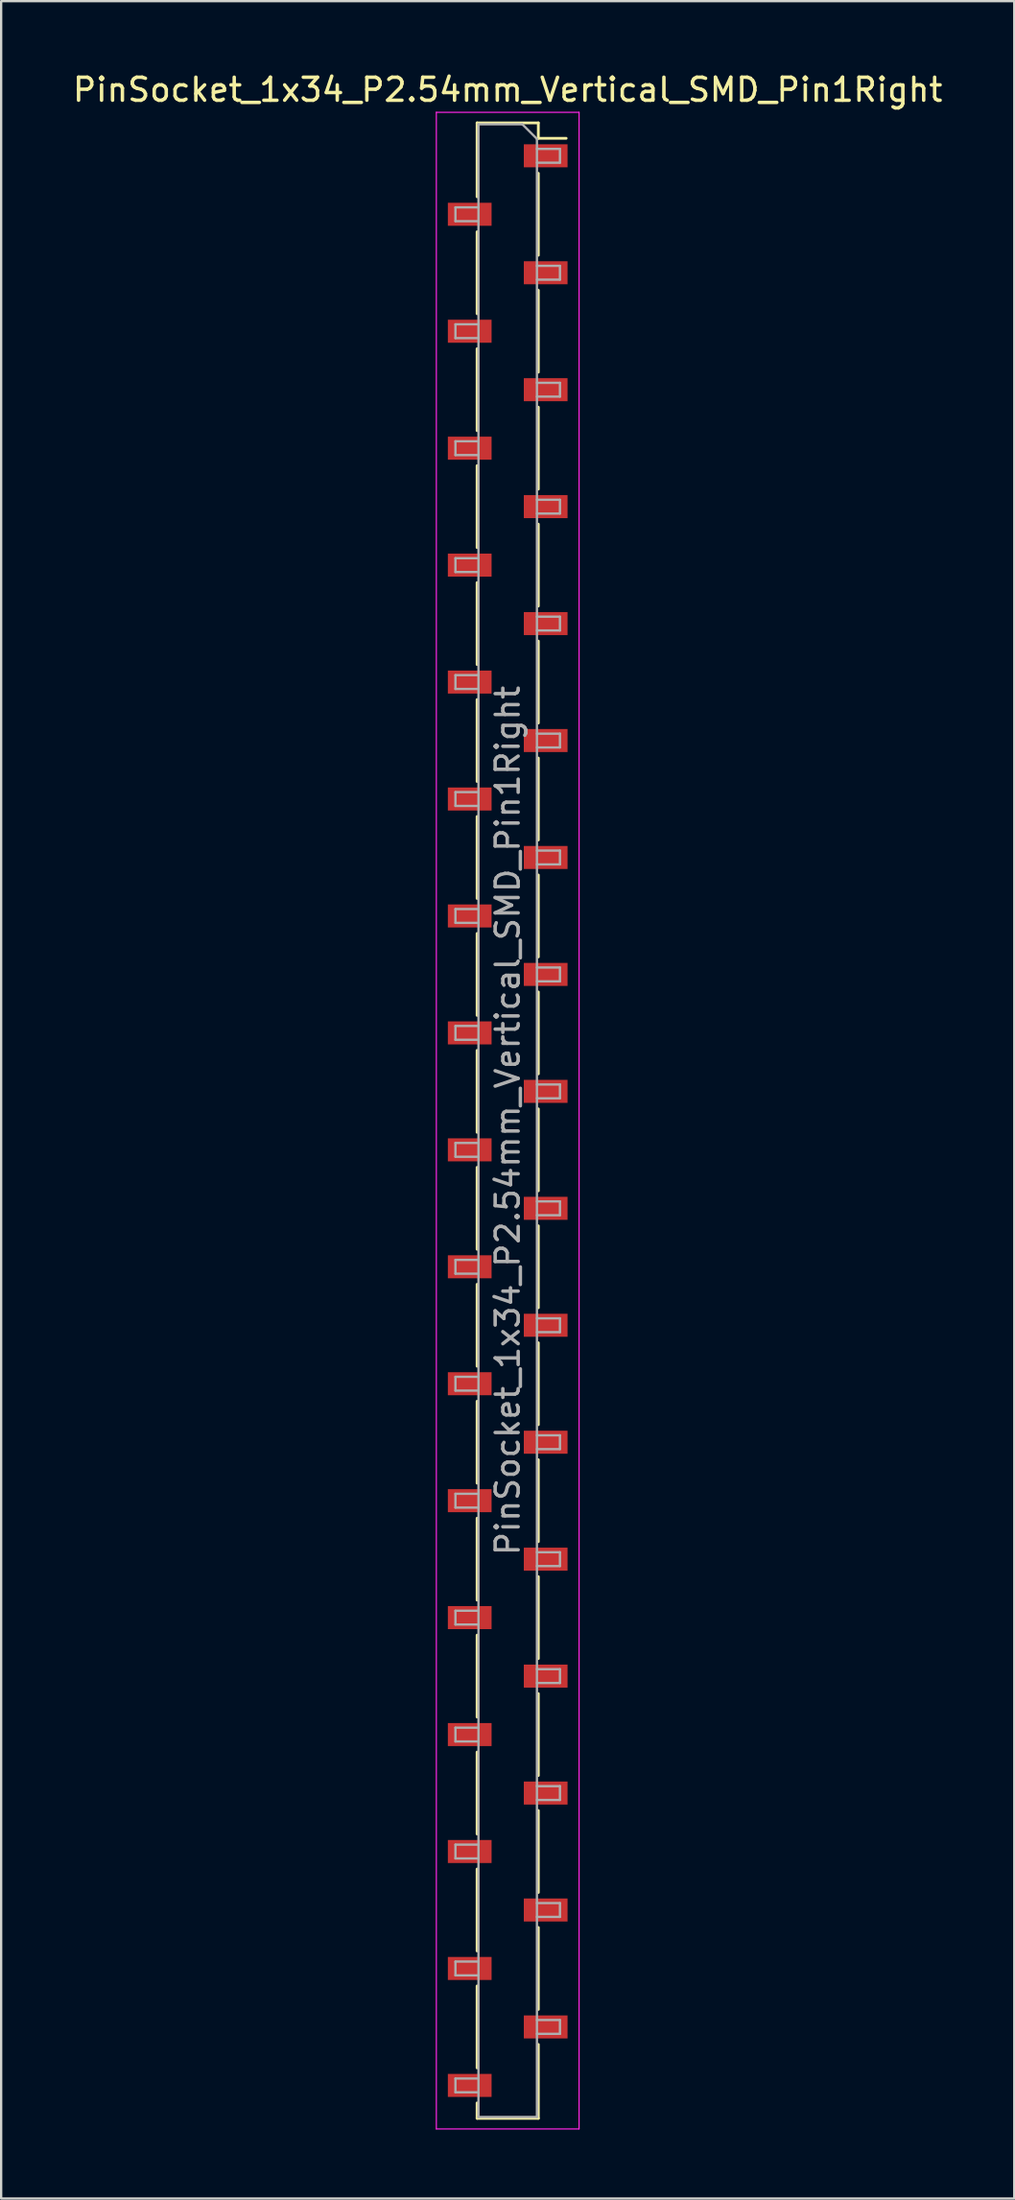
<source format=kicad_pcb>
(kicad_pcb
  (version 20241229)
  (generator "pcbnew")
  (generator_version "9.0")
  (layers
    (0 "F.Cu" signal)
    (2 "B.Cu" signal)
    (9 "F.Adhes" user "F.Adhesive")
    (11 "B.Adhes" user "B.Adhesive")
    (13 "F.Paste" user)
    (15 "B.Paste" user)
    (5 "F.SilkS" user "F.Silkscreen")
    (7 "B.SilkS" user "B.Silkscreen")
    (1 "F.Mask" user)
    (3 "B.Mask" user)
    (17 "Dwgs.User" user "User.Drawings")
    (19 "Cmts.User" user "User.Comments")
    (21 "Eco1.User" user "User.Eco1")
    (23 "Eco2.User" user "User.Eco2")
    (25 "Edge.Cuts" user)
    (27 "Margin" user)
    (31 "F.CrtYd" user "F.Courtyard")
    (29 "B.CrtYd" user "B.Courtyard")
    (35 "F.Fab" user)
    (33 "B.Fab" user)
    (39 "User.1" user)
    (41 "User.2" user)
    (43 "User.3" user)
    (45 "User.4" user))
  (footprint "PinSocket_1x34_P2.54mm_Vertical_SMD_Pin1Right"
    (layer "F.Cu")
    (at 19.006 45.628)
    (property "Reference" "PinSocket_1x34_P2.54mm_Vertical_SMD_Pin1Right" (at 0 -44.78 0) (layer "F.SilkS") (effects (font (size 1 1) (thickness 0.15))))
    (attr smd)
    (fp_line (start -1.33 -43.34) (end -1.33 -40.13) (stroke (width 0.12) (type solid)) (layer "F.SilkS"))
    (fp_line (start -1.33 -43.34) (end 1.33 -43.34) (stroke (width 0.12) (type solid)) (layer "F.SilkS"))
    (fp_line (start -1.33 -38.61) (end -1.33 -35.05) (stroke (width 0.12) (type solid)) (layer "F.SilkS"))
    (fp_line (start -1.33 -33.53) (end -1.33 -29.97) (stroke (width 0.12) (type solid)) (layer "F.SilkS"))
    (fp_line (start -1.33 -28.45) (end -1.33 -24.89) (stroke (width 0.12) (type solid)) (layer "F.SilkS"))
    (fp_line (start -1.33 -23.37) (end -1.33 -19.81) (stroke (width 0.12) (type solid)) (layer "F.SilkS"))
    (fp_line (start -1.33 -18.29) (end -1.33 -14.73) (stroke (width 0.12) (type solid)) (layer "F.SilkS"))
    (fp_line (start -1.33 -13.21) (end -1.33 -9.65) (stroke (width 0.12) (type solid)) (layer "F.SilkS"))
    (fp_line (start -1.33 -8.13) (end -1.33 -4.57) (stroke (width 0.12) (type solid)) (layer "F.SilkS"))
    (fp_line (start -1.33 -3.05) (end -1.33 0.51) (stroke (width 0.12) (type solid)) (layer "F.SilkS"))
    (fp_line (start -1.33 2.03) (end -1.33 5.59) (stroke (width 0.12) (type solid)) (layer "F.SilkS"))
    (fp_line (start -1.33 7.11) (end -1.33 10.67) (stroke (width 0.12) (type solid)) (layer "F.SilkS"))
    (fp_line (start -1.33 12.19) (end -1.33 15.75) (stroke (width 0.12) (type solid)) (layer "F.SilkS"))
    (fp_line (start -1.33 17.27) (end -1.33 20.83) (stroke (width 0.12) (type solid)) (layer "F.SilkS"))
    (fp_line (start -1.33 22.35) (end -1.33 25.91) (stroke (width 0.12) (type solid)) (layer "F.SilkS"))
    (fp_line (start -1.33 27.43) (end -1.33 30.99) (stroke (width 0.12) (type solid)) (layer "F.SilkS"))
    (fp_line (start -1.33 32.51) (end -1.33 36.07) (stroke (width 0.12) (type solid)) (layer "F.SilkS"))
    (fp_line (start -1.33 37.59) (end -1.33 41.15) (stroke (width 0.12) (type solid)) (layer "F.SilkS"))
    (fp_line (start -1.33 42.67) (end -1.33 43.34) (stroke (width 0.12) (type solid)) (layer "F.SilkS"))
    (fp_line (start -1.33 43.34) (end 1.33 43.34) (stroke (width 0.12) (type solid)) (layer "F.SilkS"))
    (fp_line (start 1.33 -43.34) (end 1.33 -42.67) (stroke (width 0.12) (type solid)) (layer "F.SilkS"))
    (fp_line (start 1.33 -42.67) (end 2.54 -42.67) (stroke (width 0.12) (type solid)) (layer "F.SilkS"))
    (fp_line (start 1.33 -41.15) (end 1.33 -37.59) (stroke (width 0.12) (type solid)) (layer "F.SilkS"))
    (fp_line (start 1.33 -36.07) (end 1.33 -32.51) (stroke (width 0.12) (type solid)) (layer "F.SilkS"))
    (fp_line (start 1.33 -30.99) (end 1.33 -27.43) (stroke (width 0.12) (type solid)) (layer "F.SilkS"))
    (fp_line (start 1.33 -25.91) (end 1.33 -22.35) (stroke (width 0.12) (type solid)) (layer "F.SilkS"))
    (fp_line (start 1.33 -20.83) (end 1.33 -17.27) (stroke (width 0.12) (type solid)) (layer "F.SilkS"))
    (fp_line (start 1.33 -15.75) (end 1.33 -12.19) (stroke (width 0.12) (type solid)) (layer "F.SilkS"))
    (fp_line (start 1.33 -10.67) (end 1.33 -7.11) (stroke (width 0.12) (type solid)) (layer "F.SilkS"))
    (fp_line (start 1.33 -5.59) (end 1.33 -2.03) (stroke (width 0.12) (type solid)) (layer "F.SilkS"))
    (fp_line (start 1.33 -0.51) (end 1.33 3.05) (stroke (width 0.12) (type solid)) (layer "F.SilkS"))
    (fp_line (start 1.33 4.57) (end 1.33 8.13) (stroke (width 0.12) (type solid)) (layer "F.SilkS"))
    (fp_line (start 1.33 9.65) (end 1.33 13.21) (stroke (width 0.12) (type solid)) (layer "F.SilkS"))
    (fp_line (start 1.33 14.73) (end 1.33 18.29) (stroke (width 0.12) (type solid)) (layer "F.SilkS"))
    (fp_line (start 1.33 19.81) (end 1.33 23.37) (stroke (width 0.12) (type solid)) (layer "F.SilkS"))
    (fp_line (start 1.33 24.89) (end 1.33 28.45) (stroke (width 0.12) (type solid)) (layer "F.SilkS"))
    (fp_line (start 1.33 29.97) (end 1.33 33.53) (stroke (width 0.12) (type solid)) (layer "F.SilkS"))
    (fp_line (start 1.33 35.05) (end 1.33 38.61) (stroke (width 0.12) (type solid)) (layer "F.SilkS"))
    (fp_line (start 1.33 40.13) (end 1.33 43.34) (stroke (width 0.12) (type solid)) (layer "F.SilkS"))
    (fp_line (start -3.1 -43.8) (end 3.1 -43.8) (stroke (width 0.05) (type solid)) (layer "F.CrtYd"))
    (fp_line (start -3.1 43.8) (end -3.1 -43.8) (stroke (width 0.05) (type solid)) (layer "F.CrtYd"))
    (fp_line (start 3.1 -43.8) (end 3.1 43.8) (stroke (width 0.05) (type solid)) (layer "F.CrtYd"))
    (fp_line (start 3.1 43.8) (end -3.1 43.8) (stroke (width 0.05) (type solid)) (layer "F.CrtYd"))
    (fp_line (start -2.27 -39.67) (end -1.27 -39.67) (stroke (width 0.1) (type solid)) (layer "F.Fab"))
    (fp_line (start -2.27 -39.07) (end -2.27 -39.67) (stroke (width 0.1) (type solid)) (layer "F.Fab"))
    (fp_line (start -2.27 -34.59) (end -1.27 -34.59) (stroke (width 0.1) (type solid)) (layer "F.Fab"))
    (fp_line (start -2.27 -33.99) (end -2.27 -34.59) (stroke (width 0.1) (type solid)) (layer "F.Fab"))
    (fp_line (start -2.27 -29.51) (end -1.27 -29.51) (stroke (width 0.1) (type solid)) (layer "F.Fab"))
    (fp_line (start -2.27 -28.91) (end -2.27 -29.51) (stroke (width 0.1) (type solid)) (layer "F.Fab"))
    (fp_line (start -2.27 -24.43) (end -1.27 -24.43) (stroke (width 0.1) (type solid)) (layer "F.Fab"))
    (fp_line (start -2.27 -23.83) (end -2.27 -24.43) (stroke (width 0.1) (type solid)) (layer "F.Fab"))
    (fp_line (start -2.27 -19.35) (end -1.27 -19.35) (stroke (width 0.1) (type solid)) (layer "F.Fab"))
    (fp_line (start -2.27 -18.75) (end -2.27 -19.35) (stroke (width 0.1) (type solid)) (layer "F.Fab"))
    (fp_line (start -2.27 -14.27) (end -1.27 -14.27) (stroke (width 0.1) (type solid)) (layer "F.Fab"))
    (fp_line (start -2.27 -13.67) (end -2.27 -14.27) (stroke (width 0.1) (type solid)) (layer "F.Fab"))
    (fp_line (start -2.27 -9.19) (end -1.27 -9.19) (stroke (width 0.1) (type solid)) (layer "F.Fab"))
    (fp_line (start -2.27 -8.59) (end -2.27 -9.19) (stroke (width 0.1) (type solid)) (layer "F.Fab"))
    (fp_line (start -2.27 -4.11) (end -1.27 -4.11) (stroke (width 0.1) (type solid)) (layer "F.Fab"))
    (fp_line (start -2.27 -3.51) (end -2.27 -4.11) (stroke (width 0.1) (type solid)) (layer "F.Fab"))
    (fp_line (start -2.27 0.97) (end -1.27 0.97) (stroke (width 0.1) (type solid)) (layer "F.Fab"))
    (fp_line (start -2.27 1.57) (end -2.27 0.97) (stroke (width 0.1) (type solid)) (layer "F.Fab"))
    (fp_line (start -2.27 6.05) (end -1.27 6.05) (stroke (width 0.1) (type solid)) (layer "F.Fab"))
    (fp_line (start -2.27 6.65) (end -2.27 6.05) (stroke (width 0.1) (type solid)) (layer "F.Fab"))
    (fp_line (start -2.27 11.13) (end -1.27 11.13) (stroke (width 0.1) (type solid)) (layer "F.Fab"))
    (fp_line (start -2.27 11.73) (end -2.27 11.13) (stroke (width 0.1) (type solid)) (layer "F.Fab"))
    (fp_line (start -2.27 16.21) (end -1.27 16.21) (stroke (width 0.1) (type solid)) (layer "F.Fab"))
    (fp_line (start -2.27 16.81) (end -2.27 16.21) (stroke (width 0.1) (type solid)) (layer "F.Fab"))
    (fp_line (start -2.27 21.29) (end -1.27 21.29) (stroke (width 0.1) (type solid)) (layer "F.Fab"))
    (fp_line (start -2.27 21.89) (end -2.27 21.29) (stroke (width 0.1) (type solid)) (layer "F.Fab"))
    (fp_line (start -2.27 26.37) (end -1.27 26.37) (stroke (width 0.1) (type solid)) (layer "F.Fab"))
    (fp_line (start -2.27 26.97) (end -2.27 26.37) (stroke (width 0.1) (type solid)) (layer "F.Fab"))
    (fp_line (start -2.27 31.45) (end -1.27 31.45) (stroke (width 0.1) (type solid)) (layer "F.Fab"))
    (fp_line (start -2.27 32.05) (end -2.27 31.45) (stroke (width 0.1) (type solid)) (layer "F.Fab"))
    (fp_line (start -2.27 36.53) (end -1.27 36.53) (stroke (width 0.1) (type solid)) (layer "F.Fab"))
    (fp_line (start -2.27 37.13) (end -2.27 36.53) (stroke (width 0.1) (type solid)) (layer "F.Fab"))
    (fp_line (start -2.27 41.61) (end -1.27 41.61) (stroke (width 0.1) (type solid)) (layer "F.Fab"))
    (fp_line (start -2.27 42.21) (end -2.27 41.61) (stroke (width 0.1) (type solid)) (layer "F.Fab"))
    (fp_line (start -1.27 -43.28) (end 0.635 -43.28) (stroke (width 0.1) (type solid)) (layer "F.Fab"))
    (fp_line (start -1.27 -39.07) (end -2.27 -39.07) (stroke (width 0.1) (type solid)) (layer "F.Fab"))
    (fp_line (start -1.27 -33.99) (end -2.27 -33.99) (stroke (width 0.1) (type solid)) (layer "F.Fab"))
    (fp_line (start -1.27 -28.91) (end -2.27 -28.91) (stroke (width 0.1) (type solid)) (layer "F.Fab"))
    (fp_line (start -1.27 -23.83) (end -2.27 -23.83) (stroke (width 0.1) (type solid)) (layer "F.Fab"))
    (fp_line (start -1.27 -18.75) (end -2.27 -18.75) (stroke (width 0.1) (type solid)) (layer "F.Fab"))
    (fp_line (start -1.27 -13.67) (end -2.27 -13.67) (stroke (width 0.1) (type solid)) (layer "F.Fab"))
    (fp_line (start -1.27 -8.59) (end -2.27 -8.59) (stroke (width 0.1) (type solid)) (layer "F.Fab"))
    (fp_line (start -1.27 -3.51) (end -2.27 -3.51) (stroke (width 0.1) (type solid)) (layer "F.Fab"))
    (fp_line (start -1.27 1.57) (end -2.27 1.57) (stroke (width 0.1) (type solid)) (layer "F.Fab"))
    (fp_line (start -1.27 6.65) (end -2.27 6.65) (stroke (width 0.1) (type solid)) (layer "F.Fab"))
    (fp_line (start -1.27 11.73) (end -2.27 11.73) (stroke (width 0.1) (type solid)) (layer "F.Fab"))
    (fp_line (start -1.27 16.81) (end -2.27 16.81) (stroke (width 0.1) (type solid)) (layer "F.Fab"))
    (fp_line (start -1.27 21.89) (end -2.27 21.89) (stroke (width 0.1) (type solid)) (layer "F.Fab"))
    (fp_line (start -1.27 26.97) (end -2.27 26.97) (stroke (width 0.1) (type solid)) (layer "F.Fab"))
    (fp_line (start -1.27 32.05) (end -2.27 32.05) (stroke (width 0.1) (type solid)) (layer "F.Fab"))
    (fp_line (start -1.27 37.13) (end -2.27 37.13) (stroke (width 0.1) (type solid)) (layer "F.Fab"))
    (fp_line (start -1.27 42.21) (end -2.27 42.21) (stroke (width 0.1) (type solid)) (layer "F.Fab"))
    (fp_line (start -1.27 43.28) (end -1.27 -43.28) (stroke (width 0.1) (type solid)) (layer "F.Fab"))
    (fp_line (start 0.635 -43.28) (end 1.27 -42.645) (stroke (width 0.1) (type solid)) (layer "F.Fab"))
    (fp_line (start 1.27 -42.645) (end 1.27 43.28) (stroke (width 0.1) (type solid)) (layer "F.Fab"))
    (fp_line (start 1.27 -42.21) (end 2.27 -42.21) (stroke (width 0.1) (type solid)) (layer "F.Fab"))
    (fp_line (start 1.27 -37.13) (end 2.27 -37.13) (stroke (width 0.1) (type solid)) (layer "F.Fab"))
    (fp_line (start 1.27 -32.05) (end 2.27 -32.05) (stroke (width 0.1) (type solid)) (layer "F.Fab"))
    (fp_line (start 1.27 -26.97) (end 2.27 -26.97) (stroke (width 0.1) (type solid)) (layer "F.Fab"))
    (fp_line (start 1.27 -21.89) (end 2.27 -21.89) (stroke (width 0.1) (type solid)) (layer "F.Fab"))
    (fp_line (start 1.27 -16.81) (end 2.27 -16.81) (stroke (width 0.1) (type solid)) (layer "F.Fab"))
    (fp_line (start 1.27 -11.73) (end 2.27 -11.73) (stroke (width 0.1) (type solid)) (layer "F.Fab"))
    (fp_line (start 1.27 -6.65) (end 2.27 -6.65) (stroke (width 0.1) (type solid)) (layer "F.Fab"))
    (fp_line (start 1.27 -1.57) (end 2.27 -1.57) (stroke (width 0.1) (type solid)) (layer "F.Fab"))
    (fp_line (start 1.27 3.51) (end 2.27 3.51) (stroke (width 0.1) (type solid)) (layer "F.Fab"))
    (fp_line (start 1.27 8.59) (end 2.27 8.59) (stroke (width 0.1) (type solid)) (layer "F.Fab"))
    (fp_line (start 1.27 13.67) (end 2.27 13.67) (stroke (width 0.1) (type solid)) (layer "F.Fab"))
    (fp_line (start 1.27 18.75) (end 2.27 18.75) (stroke (width 0.1) (type solid)) (layer "F.Fab"))
    (fp_line (start 1.27 23.83) (end 2.27 23.83) (stroke (width 0.1) (type solid)) (layer "F.Fab"))
    (fp_line (start 1.27 28.91) (end 2.27 28.91) (stroke (width 0.1) (type solid)) (layer "F.Fab"))
    (fp_line (start 1.27 33.99) (end 2.27 33.99) (stroke (width 0.1) (type solid)) (layer "F.Fab"))
    (fp_line (start 1.27 39.07) (end 2.27 39.07) (stroke (width 0.1) (type solid)) (layer "F.Fab"))
    (fp_line (start 1.27 43.28) (end -1.27 43.28) (stroke (width 0.1) (type solid)) (layer "F.Fab"))
    (fp_line (start 2.27 -42.21) (end 2.27 -41.61) (stroke (width 0.1) (type solid)) (layer "F.Fab"))
    (fp_line (start 2.27 -41.61) (end 1.27 -41.61) (stroke (width 0.1) (type solid)) (layer "F.Fab"))
    (fp_line (start 2.27 -37.13) (end 2.27 -36.53) (stroke (width 0.1) (type solid)) (layer "F.Fab"))
    (fp_line (start 2.27 -36.53) (end 1.27 -36.53) (stroke (width 0.1) (type solid)) (layer "F.Fab"))
    (fp_line (start 2.27 -32.05) (end 2.27 -31.45) (stroke (width 0.1) (type solid)) (layer "F.Fab"))
    (fp_line (start 2.27 -31.45) (end 1.27 -31.45) (stroke (width 0.1) (type solid)) (layer "F.Fab"))
    (fp_line (start 2.27 -26.97) (end 2.27 -26.37) (stroke (width 0.1) (type solid)) (layer "F.Fab"))
    (fp_line (start 2.27 -26.37) (end 1.27 -26.37) (stroke (width 0.1) (type solid)) (layer "F.Fab"))
    (fp_line (start 2.27 -21.89) (end 2.27 -21.29) (stroke (width 0.1) (type solid)) (layer "F.Fab"))
    (fp_line (start 2.27 -21.29) (end 1.27 -21.29) (stroke (width 0.1) (type solid)) (layer "F.Fab"))
    (fp_line (start 2.27 -16.81) (end 2.27 -16.21) (stroke (width 0.1) (type solid)) (layer "F.Fab"))
    (fp_line (start 2.27 -16.21) (end 1.27 -16.21) (stroke (width 0.1) (type solid)) (layer "F.Fab"))
    (fp_line (start 2.27 -11.73) (end 2.27 -11.13) (stroke (width 0.1) (type solid)) (layer "F.Fab"))
    (fp_line (start 2.27 -11.13) (end 1.27 -11.13) (stroke (width 0.1) (type solid)) (layer "F.Fab"))
    (fp_line (start 2.27 -6.65) (end 2.27 -6.05) (stroke (width 0.1) (type solid)) (layer "F.Fab"))
    (fp_line (start 2.27 -6.05) (end 1.27 -6.05) (stroke (width 0.1) (type solid)) (layer "F.Fab"))
    (fp_line (start 2.27 -1.57) (end 2.27 -0.97) (stroke (width 0.1) (type solid)) (layer "F.Fab"))
    (fp_line (start 2.27 -0.97) (end 1.27 -0.97) (stroke (width 0.1) (type solid)) (layer "F.Fab"))
    (fp_line (start 2.27 3.51) (end 2.27 4.11) (stroke (width 0.1) (type solid)) (layer "F.Fab"))
    (fp_line (start 2.27 4.11) (end 1.27 4.11) (stroke (width 0.1) (type solid)) (layer "F.Fab"))
    (fp_line (start 2.27 8.59) (end 2.27 9.19) (stroke (width 0.1) (type solid)) (layer "F.Fab"))
    (fp_line (start 2.27 9.19) (end 1.27 9.19) (stroke (width 0.1) (type solid)) (layer "F.Fab"))
    (fp_line (start 2.27 13.67) (end 2.27 14.27) (stroke (width 0.1) (type solid)) (layer "F.Fab"))
    (fp_line (start 2.27 14.27) (end 1.27 14.27) (stroke (width 0.1) (type solid)) (layer "F.Fab"))
    (fp_line (start 2.27 18.75) (end 2.27 19.35) (stroke (width 0.1) (type solid)) (layer "F.Fab"))
    (fp_line (start 2.27 19.35) (end 1.27 19.35) (stroke (width 0.1) (type solid)) (layer "F.Fab"))
    (fp_line (start 2.27 23.83) (end 2.27 24.43) (stroke (width 0.1) (type solid)) (layer "F.Fab"))
    (fp_line (start 2.27 24.43) (end 1.27 24.43) (stroke (width 0.1) (type solid)) (layer "F.Fab"))
    (fp_line (start 2.27 28.91) (end 2.27 29.51) (stroke (width 0.1) (type solid)) (layer "F.Fab"))
    (fp_line (start 2.27 29.51) (end 1.27 29.51) (stroke (width 0.1) (type solid)) (layer "F.Fab"))
    (fp_line (start 2.27 33.99) (end 2.27 34.59) (stroke (width 0.1) (type solid)) (layer "F.Fab"))
    (fp_line (start 2.27 34.59) (end 1.27 34.59) (stroke (width 0.1) (type solid)) (layer "F.Fab"))
    (fp_line (start 2.27 39.07) (end 2.27 39.67) (stroke (width 0.1) (type solid)) (layer "F.Fab"))
    (fp_line (start 2.27 39.67) (end 1.27 39.67) (stroke (width 0.1) (type solid)) (layer "F.Fab"))
    (fp_text user "${REFERENCE}" (at 0 0 90) (layer "F.Fab") (effects (font (size 1 1) (thickness 0.15))))
    (pad "1" smd rect (at 1.65 -41.91) (size 1.9 1) (layers "F.Cu" "F.Mask" "F.Paste"))
    (pad "2" smd rect (at -1.65 -39.37) (size 1.9 1) (layers "F.Cu" "F.Mask" "F.Paste"))
    (pad "3" smd rect (at 1.65 -36.83) (size 1.9 1) (layers "F.Cu" "F.Mask" "F.Paste"))
    (pad "4" smd rect (at -1.65 -34.29) (size 1.9 1) (layers "F.Cu" "F.Mask" "F.Paste"))
    (pad "5" smd rect (at 1.65 -31.75) (size 1.9 1) (layers "F.Cu" "F.Mask" "F.Paste"))
    (pad "6" smd rect (at -1.65 -29.21) (size 1.9 1) (layers "F.Cu" "F.Mask" "F.Paste"))
    (pad "7" smd rect (at 1.65 -26.67) (size 1.9 1) (layers "F.Cu" "F.Mask" "F.Paste"))
    (pad "8" smd rect (at -1.65 -24.13) (size 1.9 1) (layers "F.Cu" "F.Mask" "F.Paste"))
    (pad "9" smd rect (at 1.65 -21.59) (size 1.9 1) (layers "F.Cu" "F.Mask" "F.Paste"))
    (pad "10" smd rect (at -1.65 -19.05) (size 1.9 1) (layers "F.Cu" "F.Mask" "F.Paste"))
    (pad "11" smd rect (at 1.65 -16.51) (size 1.9 1) (layers "F.Cu" "F.Mask" "F.Paste"))
    (pad "12" smd rect (at -1.65 -13.97) (size 1.9 1) (layers "F.Cu" "F.Mask" "F.Paste"))
    (pad "13" smd rect (at 1.65 -11.43) (size 1.9 1) (layers "F.Cu" "F.Mask" "F.Paste"))
    (pad "14" smd rect (at -1.65 -8.89) (size 1.9 1) (layers "F.Cu" "F.Mask" "F.Paste"))
    (pad "15" smd rect (at 1.65 -6.35) (size 1.9 1) (layers "F.Cu" "F.Mask" "F.Paste"))
    (pad "16" smd rect (at -1.65 -3.81) (size 1.9 1) (layers "F.Cu" "F.Mask" "F.Paste"))
    (pad "17" smd rect (at 1.65 -1.27) (size 1.9 1) (layers "F.Cu" "F.Mask" "F.Paste"))
    (pad "18" smd rect (at -1.65 1.27) (size 1.9 1) (layers "F.Cu" "F.Mask" "F.Paste"))
    (pad "19" smd rect (at 1.65 3.81) (size 1.9 1) (layers "F.Cu" "F.Mask" "F.Paste"))
    (pad "20" smd rect (at -1.65 6.35) (size 1.9 1) (layers "F.Cu" "F.Mask" "F.Paste"))
    (pad "21" smd rect (at 1.65 8.89) (size 1.9 1) (layers "F.Cu" "F.Mask" "F.Paste"))
    (pad "22" smd rect (at -1.65 11.43) (size 1.9 1) (layers "F.Cu" "F.Mask" "F.Paste"))
    (pad "23" smd rect (at 1.65 13.97) (size 1.9 1) (layers "F.Cu" "F.Mask" "F.Paste"))
    (pad "24" smd rect (at -1.65 16.51) (size 1.9 1) (layers "F.Cu" "F.Mask" "F.Paste"))
    (pad "25" smd rect (at 1.65 19.05) (size 1.9 1) (layers "F.Cu" "F.Mask" "F.Paste"))
    (pad "26" smd rect (at -1.65 21.59) (size 1.9 1) (layers "F.Cu" "F.Mask" "F.Paste"))
    (pad "27" smd rect (at 1.65 24.13) (size 1.9 1) (layers "F.Cu" "F.Mask" "F.Paste"))
    (pad "28" smd rect (at -1.65 26.67) (size 1.9 1) (layers "F.Cu" "F.Mask" "F.Paste"))
    (pad "29" smd rect (at 1.65 29.21) (size 1.9 1) (layers "F.Cu" "F.Mask" "F.Paste"))
    (pad "30" smd rect (at -1.65 31.75) (size 1.9 1) (layers "F.Cu" "F.Mask" "F.Paste"))
    (pad "31" smd rect (at 1.65 34.29) (size 1.9 1) (layers "F.Cu" "F.Mask" "F.Paste"))
    (pad "32" smd rect (at -1.65 36.83) (size 1.9 1) (layers "F.Cu" "F.Mask" "F.Paste"))
    (pad "33" smd rect (at 1.65 39.37) (size 1.9 1) (layers "F.Cu" "F.Mask" "F.Paste"))
    (pad "34" smd rect (at -1.65 41.91) (size 1.9 1) (layers "F.Cu" "F.Mask" "F.Paste")))
  (gr_rect
    (start -3 -3)
    (end 41.012 92.453)
    (stroke (width 0.1) (type default))
    (fill no)
    (layer "Edge.Cuts")))
</source>
